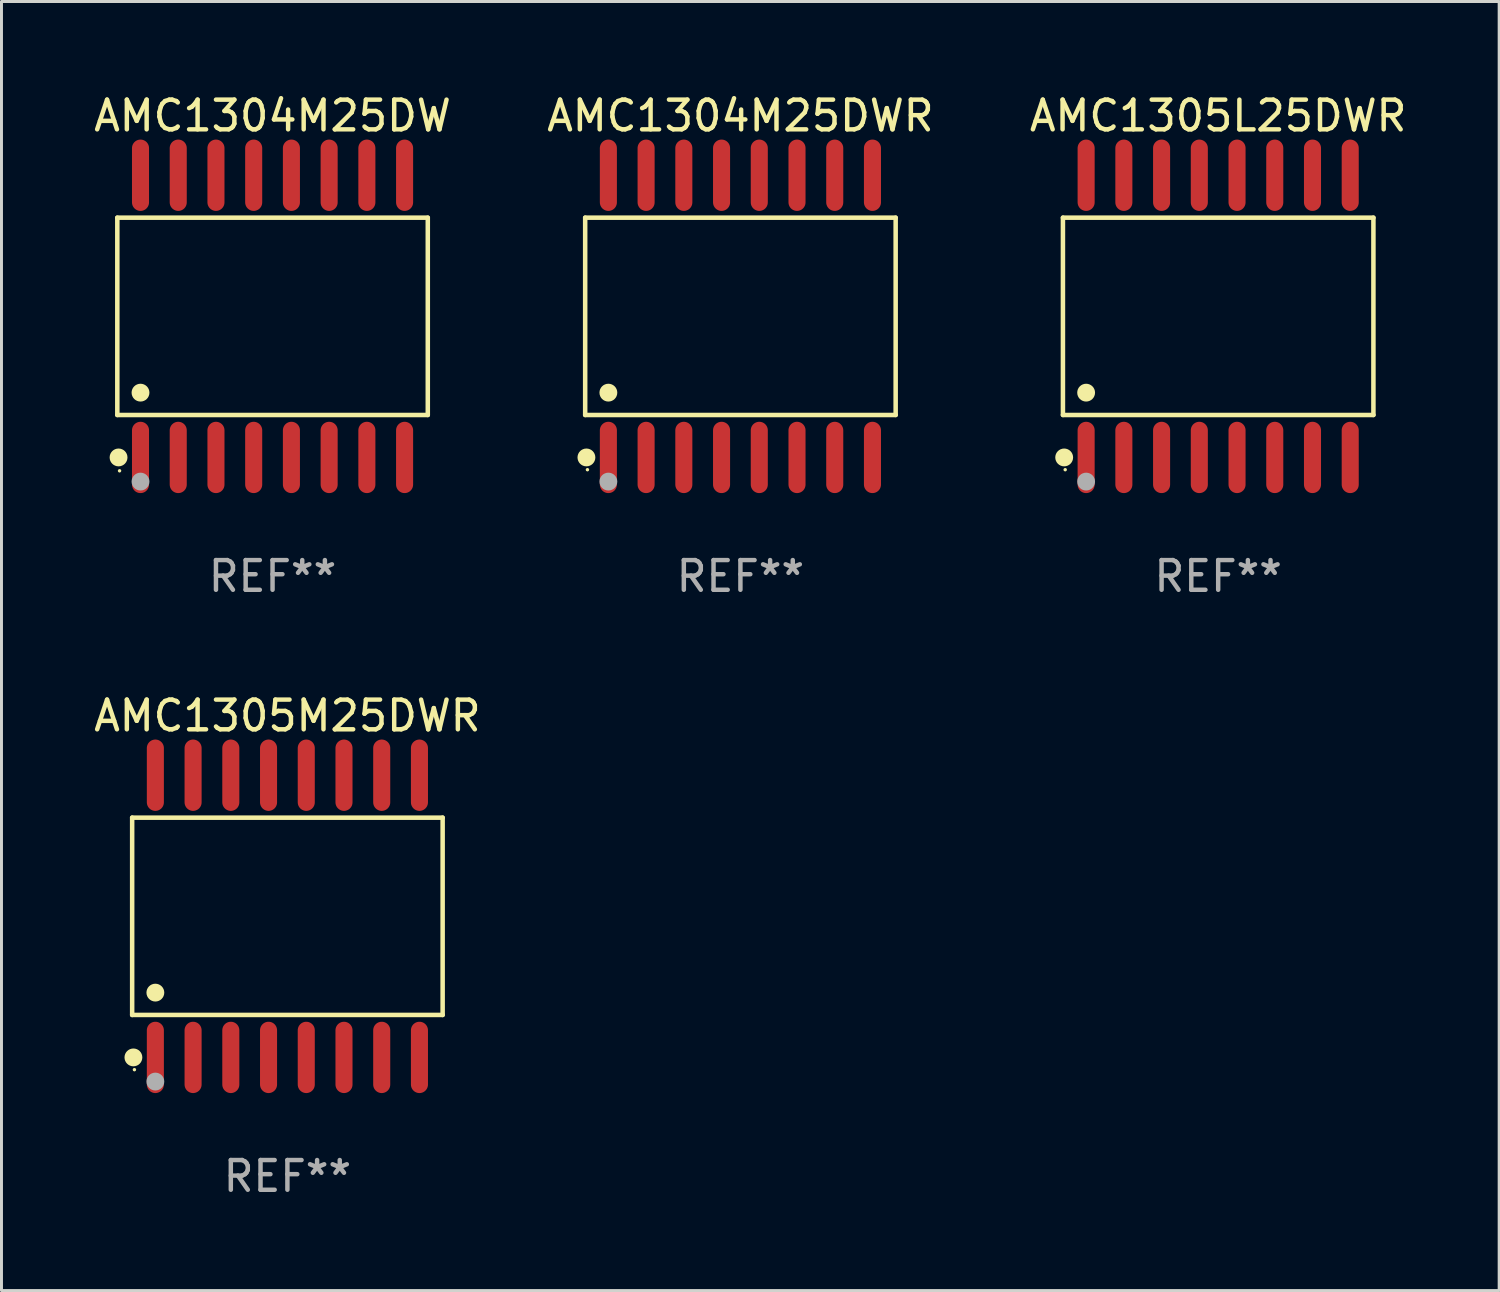
<source format=kicad_pcb>
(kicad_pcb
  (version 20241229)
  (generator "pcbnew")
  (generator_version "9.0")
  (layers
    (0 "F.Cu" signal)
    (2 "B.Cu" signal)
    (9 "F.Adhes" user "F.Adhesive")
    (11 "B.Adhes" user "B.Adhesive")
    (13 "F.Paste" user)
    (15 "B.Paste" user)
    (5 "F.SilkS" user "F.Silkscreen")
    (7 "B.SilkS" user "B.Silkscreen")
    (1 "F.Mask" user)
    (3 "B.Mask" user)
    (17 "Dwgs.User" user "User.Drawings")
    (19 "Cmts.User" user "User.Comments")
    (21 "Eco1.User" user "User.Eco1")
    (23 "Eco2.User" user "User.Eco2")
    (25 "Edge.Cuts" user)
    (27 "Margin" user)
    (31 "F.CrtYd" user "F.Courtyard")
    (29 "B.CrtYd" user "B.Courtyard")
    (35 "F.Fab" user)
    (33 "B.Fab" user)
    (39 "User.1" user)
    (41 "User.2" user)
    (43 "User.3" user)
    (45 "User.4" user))
  (footprint "AMC1304M25DW"
    (layer "F.Cu")
    (at 6.125 7.599)
    (property "Reference" "AMC1304M25DW" (at 0 -6.75 0) (layer "F.SilkS") (effects (font (size 1 1) (thickness 0.15))))
    (attr through_hole)
    (fp_line (start -5.226 -3.321) (end 5.226 -3.321) (stroke (width 0.152) (type solid)) (layer "F.SilkS"))
    (fp_line (start -5.226 3.321) (end -5.226 -3.321) (stroke (width 0.152) (type solid)) (layer "F.SilkS"))
    (fp_line (start 5.226 -3.321) (end 5.226 3.321) (stroke (width 0.152) (type solid)) (layer "F.SilkS"))
    (fp_line (start 5.226 3.321) (end -5.226 3.321) (stroke (width 0.152) (type solid)) (layer "F.SilkS"))
    (fp_circle (center -5.184 4.75) (end -5.034 4.75) (stroke (width 0.3) (type solid)) (fill no) (layer "F.SilkS"))
    (fp_circle (center -5.15 5.2) (end -5.12 5.2) (stroke (width 0.06) (type solid)) (fill no) (layer "F.SilkS"))
    (fp_circle (center -4.445 2.569) (end -4.295 2.569) (stroke (width 0.3) (type solid)) (fill no) (layer "F.SilkS"))
    (fp_circle (center -4.445 5.563) (end -4.295 5.563) (stroke (width 0.3) (type solid)) (fill no) (layer "F.Fab"))
    (fp_text user "REF**" (at 0 8.75 0) (layer "F.Fab") (effects (font (size 1 1) (thickness 0.15))))
    (pad "1" smd oval (at -4.445 4.75) (size 0.574 2.401) (layers "F.Cu" "F.Mask" "F.Paste"))
    (pad "2" smd oval (at -3.175 4.75) (size 0.574 2.401) (layers "F.Cu" "F.Mask" "F.Paste"))
    (pad "3" smd oval (at -1.905 4.75) (size 0.574 2.401) (layers "F.Cu" "F.Mask" "F.Paste"))
    (pad "4" smd oval (at -0.635 4.75) (size 0.574 2.401) (layers "F.Cu" "F.Mask" "F.Paste"))
    (pad "5" smd oval (at 0.635 4.75) (size 0.574 2.401) (layers "F.Cu" "F.Mask" "F.Paste"))
    (pad "6" smd oval (at 1.905 4.75) (size 0.574 2.401) (layers "F.Cu" "F.Mask" "F.Paste"))
    (pad "7" smd oval (at 3.175 4.75) (size 0.574 2.401) (layers "F.Cu" "F.Mask" "F.Paste"))
    (pad "8" smd oval (at 4.445 4.75) (size 0.574 2.401) (layers "F.Cu" "F.Mask" "F.Paste"))
    (pad "9" smd oval (at 4.445 -4.75) (size 0.574 2.401) (layers "F.Cu" "F.Mask" "F.Paste"))
    (pad "10" smd oval (at 3.175 -4.75) (size 0.574 2.401) (layers "F.Cu" "F.Mask" "F.Paste"))
    (pad "11" smd oval (at 1.905 -4.75) (size 0.574 2.401) (layers "F.Cu" "F.Mask" "F.Paste"))
    (pad "12" smd oval (at 0.635 -4.75) (size 0.574 2.401) (layers "F.Cu" "F.Mask" "F.Paste"))
    (pad "13" smd oval (at -0.635 -4.75) (size 0.574 2.401) (layers "F.Cu" "F.Mask" "F.Paste"))
    (pad "14" smd oval (at -1.905 -4.75) (size 0.574 2.401) (layers "F.Cu" "F.Mask" "F.Paste"))
    (pad "15" smd oval (at -3.175 -4.75) (size 0.574 2.401) (layers "F.Cu" "F.Mask" "F.Paste"))
    (pad "16" smd oval (at -4.445 -4.75) (size 0.574 2.401) (layers "F.Cu" "F.Mask" "F.Paste")))
  (footprint "AMC1304M25DWR"
    (layer "F.Cu")
    (at 21.875 7.599)
    (property "Reference" "AMC1304M25DWR" (at 0 -6.75 0) (layer "F.SilkS") (effects (font (size 1 1) (thickness 0.15))))
    (attr through_hole)
    (fp_line (start -5.226 -3.321) (end 5.226 -3.321) (stroke (width 0.152) (type solid)) (layer "F.SilkS"))
    (fp_line (start -5.226 3.321) (end -5.226 -3.321) (stroke (width 0.152) (type solid)) (layer "F.SilkS"))
    (fp_line (start 5.226 -3.321) (end 5.226 3.321) (stroke (width 0.152) (type solid)) (layer "F.SilkS"))
    (fp_line (start 5.226 3.321) (end -5.226 3.321) (stroke (width 0.152) (type solid)) (layer "F.SilkS"))
    (fp_circle (center -5.184 4.75) (end -5.034 4.75) (stroke (width 0.3) (type solid)) (fill no) (layer "F.SilkS"))
    (fp_circle (center -5.15 5.163) (end -5.12 5.163) (stroke (width 0.06) (type solid)) (fill no) (layer "F.SilkS"))
    (fp_circle (center -4.445 2.569) (end -4.295 2.569) (stroke (width 0.3) (type solid)) (fill no) (layer "F.SilkS"))
    (fp_circle (center -4.445 5.563) (end -4.295 5.563) (stroke (width 0.3) (type solid)) (fill no) (layer "F.Fab"))
    (fp_text user "REF**" (at 0 8.75 0) (layer "F.Fab") (effects (font (size 1 1) (thickness 0.15))))
    (pad "1" smd oval (at -4.445 4.75) (size 0.574 2.401) (layers "F.Cu" "F.Mask" "F.Paste"))
    (pad "2" smd oval (at -3.175 4.75) (size 0.574 2.401) (layers "F.Cu" "F.Mask" "F.Paste"))
    (pad "3" smd oval (at -1.905 4.75) (size 0.574 2.401) (layers "F.Cu" "F.Mask" "F.Paste"))
    (pad "4" smd oval (at -0.635 4.75) (size 0.574 2.401) (layers "F.Cu" "F.Mask" "F.Paste"))
    (pad "5" smd oval (at 0.635 4.75) (size 0.574 2.401) (layers "F.Cu" "F.Mask" "F.Paste"))
    (pad "6" smd oval (at 1.905 4.75) (size 0.574 2.401) (layers "F.Cu" "F.Mask" "F.Paste"))
    (pad "7" smd oval (at 3.175 4.75) (size 0.574 2.401) (layers "F.Cu" "F.Mask" "F.Paste"))
    (pad "8" smd oval (at 4.445 4.75) (size 0.574 2.401) (layers "F.Cu" "F.Mask" "F.Paste"))
    (pad "9" smd oval (at 4.445 -4.75) (size 0.574 2.401) (layers "F.Cu" "F.Mask" "F.Paste"))
    (pad "10" smd oval (at 3.175 -4.75) (size 0.574 2.401) (layers "F.Cu" "F.Mask" "F.Paste"))
    (pad "11" smd oval (at 1.905 -4.75) (size 0.574 2.401) (layers "F.Cu" "F.Mask" "F.Paste"))
    (pad "12" smd oval (at 0.635 -4.75) (size 0.574 2.401) (layers "F.Cu" "F.Mask" "F.Paste"))
    (pad "13" smd oval (at -0.635 -4.75) (size 0.574 2.401) (layers "F.Cu" "F.Mask" "F.Paste"))
    (pad "14" smd oval (at -1.905 -4.75) (size 0.574 2.401) (layers "F.Cu" "F.Mask" "F.Paste"))
    (pad "15" smd oval (at -3.175 -4.75) (size 0.574 2.401) (layers "F.Cu" "F.Mask" "F.Paste"))
    (pad "16" smd oval (at -4.445 -4.75) (size 0.574 2.401) (layers "F.Cu" "F.Mask" "F.Paste")))
  (footprint "AMC1305M25DWR"
    (layer "F.Cu")
    (at 6.625 27.796)
    (property "Reference" "AMC1305M25DWR" (at 0 -6.75 0) (layer "F.SilkS") (effects (font (size 1 1) (thickness 0.15))))
    (attr through_hole)
    (fp_line (start -5.226 -3.321) (end 5.226 -3.321) (stroke (width 0.152) (type solid)) (layer "F.SilkS"))
    (fp_line (start -5.226 3.321) (end -5.226 -3.321) (stroke (width 0.152) (type solid)) (layer "F.SilkS"))
    (fp_line (start 5.226 -3.321) (end 5.226 3.321) (stroke (width 0.152) (type solid)) (layer "F.SilkS"))
    (fp_line (start 5.226 3.321) (end -5.226 3.321) (stroke (width 0.152) (type solid)) (layer "F.SilkS"))
    (fp_circle (center -5.184 4.75) (end -5.034 4.75) (stroke (width 0.3) (type solid)) (fill no) (layer "F.SilkS"))
    (fp_circle (center -5.15 5.163) (end -5.12 5.163) (stroke (width 0.06) (type solid)) (fill no) (layer "F.SilkS"))
    (fp_circle (center -4.445 2.569) (end -4.295 2.569) (stroke (width 0.3) (type solid)) (fill no) (layer "F.SilkS"))
    (fp_circle (center -4.445 5.563) (end -4.295 5.563) (stroke (width 0.3) (type solid)) (fill no) (layer "F.Fab"))
    (fp_text user "REF**" (at 0 8.75 0) (layer "F.Fab") (effects (font (size 1 1) (thickness 0.15))))
    (pad "1" smd oval (at -4.445 4.75) (size 0.574 2.401) (layers "F.Cu" "F.Mask" "F.Paste"))
    (pad "2" smd oval (at -3.175 4.75) (size 0.574 2.401) (layers "F.Cu" "F.Mask" "F.Paste"))
    (pad "3" smd oval (at -1.905 4.75) (size 0.574 2.401) (layers "F.Cu" "F.Mask" "F.Paste"))
    (pad "4" smd oval (at -0.635 4.75) (size 0.574 2.401) (layers "F.Cu" "F.Mask" "F.Paste"))
    (pad "5" smd oval (at 0.635 4.75) (size 0.574 2.401) (layers "F.Cu" "F.Mask" "F.Paste"))
    (pad "6" smd oval (at 1.905 4.75) (size 0.574 2.401) (layers "F.Cu" "F.Mask" "F.Paste"))
    (pad "7" smd oval (at 3.175 4.75) (size 0.574 2.401) (layers "F.Cu" "F.Mask" "F.Paste"))
    (pad "8" smd oval (at 4.445 4.75) (size 0.574 2.401) (layers "F.Cu" "F.Mask" "F.Paste"))
    (pad "9" smd oval (at 4.445 -4.75) (size 0.574 2.401) (layers "F.Cu" "F.Mask" "F.Paste"))
    (pad "10" smd oval (at 3.175 -4.75) (size 0.574 2.401) (layers "F.Cu" "F.Mask" "F.Paste"))
    (pad "11" smd oval (at 1.905 -4.75) (size 0.574 2.401) (layers "F.Cu" "F.Mask" "F.Paste"))
    (pad "12" smd oval (at 0.635 -4.75) (size 0.574 2.401) (layers "F.Cu" "F.Mask" "F.Paste"))
    (pad "13" smd oval (at -0.635 -4.75) (size 0.574 2.401) (layers "F.Cu" "F.Mask" "F.Paste"))
    (pad "14" smd oval (at -1.905 -4.75) (size 0.574 2.401) (layers "F.Cu" "F.Mask" "F.Paste"))
    (pad "15" smd oval (at -3.175 -4.75) (size 0.574 2.401) (layers "F.Cu" "F.Mask" "F.Paste"))
    (pad "16" smd oval (at -4.445 -4.75) (size 0.574 2.401) (layers "F.Cu" "F.Mask" "F.Paste")))
  (footprint "AMC1305L25DWR"
    (layer "F.Cu")
    (at 37.958 7.599)
    (property "Reference" "AMC1305L25DWR" (at 0 -6.75 0) (layer "F.SilkS") (effects (font (size 1 1) (thickness 0.15))))
    (attr through_hole)
    (fp_line (start -5.226 -3.321) (end 5.226 -3.321) (stroke (width 0.152) (type solid)) (layer "F.SilkS"))
    (fp_line (start -5.226 3.321) (end -5.226 -3.321) (stroke (width 0.152) (type solid)) (layer "F.SilkS"))
    (fp_line (start 5.226 -3.321) (end 5.226 3.321) (stroke (width 0.152) (type solid)) (layer "F.SilkS"))
    (fp_line (start 5.226 3.321) (end -5.226 3.321) (stroke (width 0.152) (type solid)) (layer "F.SilkS"))
    (fp_circle (center -5.184 4.75) (end -5.034 4.75) (stroke (width 0.3) (type solid)) (fill no) (layer "F.SilkS"))
    (fp_circle (center -5.15 5.163) (end -5.12 5.163) (stroke (width 0.06) (type solid)) (fill no) (layer "F.SilkS"))
    (fp_circle (center -4.445 2.569) (end -4.295 2.569) (stroke (width 0.3) (type solid)) (fill no) (layer "F.SilkS"))
    (fp_circle (center -4.445 5.563) (end -4.295 5.563) (stroke (width 0.3) (type solid)) (fill no) (layer "F.Fab"))
    (fp_text user "REF**" (at 0 8.75 0) (layer "F.Fab") (effects (font (size 1 1) (thickness 0.15))))
    (pad "1" smd oval (at -4.445 4.75) (size 0.574 2.401) (layers "F.Cu" "F.Mask" "F.Paste"))
    (pad "2" smd oval (at -3.175 4.75) (size 0.574 2.401) (layers "F.Cu" "F.Mask" "F.Paste"))
    (pad "3" smd oval (at -1.905 4.75) (size 0.574 2.401) (layers "F.Cu" "F.Mask" "F.Paste"))
    (pad "4" smd oval (at -0.635 4.75) (size 0.574 2.401) (layers "F.Cu" "F.Mask" "F.Paste"))
    (pad "5" smd oval (at 0.635 4.75) (size 0.574 2.401) (layers "F.Cu" "F.Mask" "F.Paste"))
    (pad "6" smd oval (at 1.905 4.75) (size 0.574 2.401) (layers "F.Cu" "F.Mask" "F.Paste"))
    (pad "7" smd oval (at 3.175 4.75) (size 0.574 2.401) (layers "F.Cu" "F.Mask" "F.Paste"))
    (pad "8" smd oval (at 4.445 4.75) (size 0.574 2.401) (layers "F.Cu" "F.Mask" "F.Paste"))
    (pad "9" smd oval (at 4.445 -4.75) (size 0.574 2.401) (layers "F.Cu" "F.Mask" "F.Paste"))
    (pad "10" smd oval (at 3.175 -4.75) (size 0.574 2.401) (layers "F.Cu" "F.Mask" "F.Paste"))
    (pad "11" smd oval (at 1.905 -4.75) (size 0.574 2.401) (layers "F.Cu" "F.Mask" "F.Paste"))
    (pad "12" smd oval (at 0.635 -4.75) (size 0.574 2.401) (layers "F.Cu" "F.Mask" "F.Paste"))
    (pad "13" smd oval (at -0.635 -4.75) (size 0.574 2.401) (layers "F.Cu" "F.Mask" "F.Paste"))
    (pad "14" smd oval (at -1.905 -4.75) (size 0.574 2.401) (layers "F.Cu" "F.Mask" "F.Paste"))
    (pad "15" smd oval (at -3.175 -4.75) (size 0.574 2.401) (layers "F.Cu" "F.Mask" "F.Paste"))
    (pad "16" smd oval (at -4.445 -4.75) (size 0.574 2.401) (layers "F.Cu" "F.Mask" "F.Paste")))
  (gr_rect
    (start -3 -3)
    (end 47.417 40.394)
    (stroke (width 0.1) (type default))
    (fill no)
    (layer "Edge.Cuts")))
</source>
